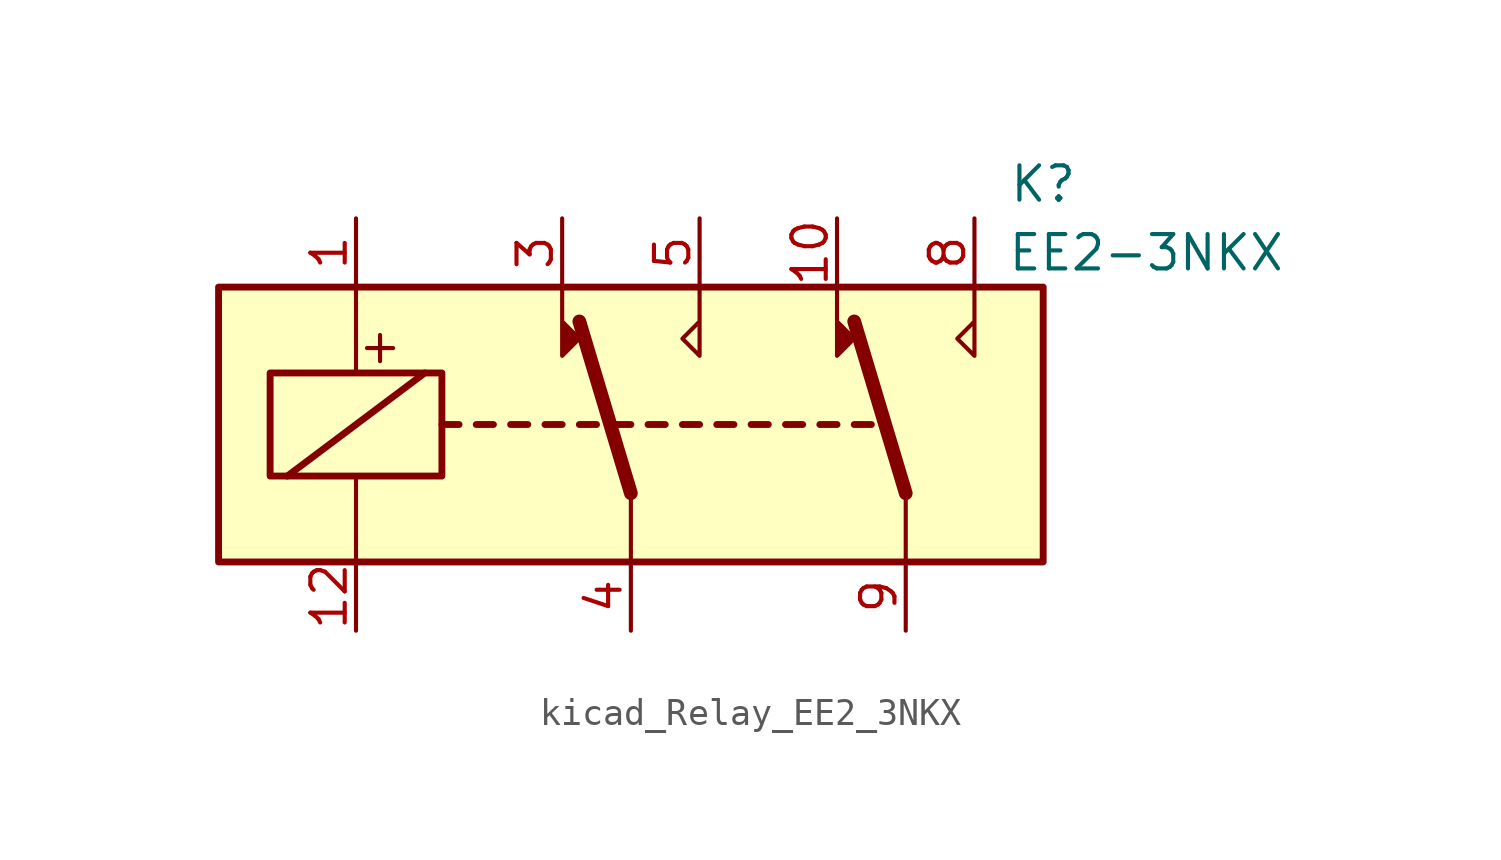
<source format=kicad_sym>
(kicad_symbol_lib
  (version 20220914)
  (generator kicad_symbol_editor)
  (symbol "kicad_Relay_EE2_3NKX"
    (property "Reference" "K"
      (at 15.24 8.89 0)
      (effects (font (size 1.27 1.27))))
    (property "Value" "EE2-3NKX"
      (at 19.05 6.35 0)
      (effects (font (size 1.27 1.27))))
    (symbol "kicad_Relay_EE2_3NKX_1_1"
      (rectangle (start -15.24 5.08) (end 15.24 -5.08) (stroke (width 0.254) (type default)) (fill (type background)))
      (rectangle (start -13.335 1.905) (end -6.985 -1.905) (stroke (width 0.254) (type default)) (fill (type none)))
      (polyline (pts (xy -12.7 -1.905) (xy -7.62 1.905)) (stroke (width 0.254) (type default)) (fill (type none)))
      (polyline (pts (xy -10.16 -5.08) (xy -10.16 -1.905)) (stroke (width 0) (type default)) (fill (type none)))
      (polyline (pts (xy -10.16 5.08) (xy -10.16 1.905)) (stroke (width 0) (type default)) (fill (type none)))
      (polyline (pts (xy -6.985 0) (xy -6.35 0)) (stroke (width 0.254) (type default)) (fill (type none)))
      (polyline (pts (xy -5.715 0) (xy -5.08 0)) (stroke (width 0.254) (type default)) (fill (type none)))
      (polyline (pts (xy -4.445 0) (xy -3.81 0)) (stroke (width 0.254) (type default)) (fill (type none)))
      (polyline (pts (xy -3.175 0) (xy -2.54 0)) (stroke (width 0.254) (type default)) (fill (type none)))
      (polyline (pts (xy -1.905 0) (xy -1.27 0)) (stroke (width 0.254) (type default)) (fill (type none)))
      (polyline (pts (xy -0.635 0) (xy 0 0)) (stroke (width 0.254) (type default)) (fill (type none)))
      (polyline (pts (xy 0 -2.54) (xy -1.905 3.81)) (stroke (width 0.508) (type default)) (fill (type none)))
      (polyline (pts (xy 0 -2.54) (xy 0 -5.08)) (stroke (width 0) (type default)) (fill (type none)))
      (polyline (pts (xy 0.635 0) (xy 1.27 0)) (stroke (width 0.254) (type default)) (fill (type none)))
      (polyline (pts (xy 1.905 0) (xy 2.54 0)) (stroke (width 0.254) (type default)) (fill (type none)))
      (polyline (pts (xy 3.175 0) (xy 3.81 0)) (stroke (width 0.254) (type default)) (fill (type none)))
      (polyline (pts (xy 4.445 0) (xy 5.08 0)) (stroke (width 0.254) (type default)) (fill (type none)))
      (polyline (pts (xy 5.715 0) (xy 6.35 0)) (stroke (width 0.254) (type default)) (fill (type none)))
      (polyline (pts (xy 6.985 0) (xy 7.62 0)) (stroke (width 0.254) (type default)) (fill (type none)))
      (polyline (pts (xy 8.255 0) (xy 8.89 0)) (stroke (width 0.254) (type default)) (fill (type none)))
      (polyline (pts (xy 10.16 -2.54) (xy 8.255 3.81)) (stroke (width 0.508) (type default)) (fill (type none)))
      (polyline (pts (xy 10.16 -2.54) (xy 10.16 -5.08)) (stroke (width 0) (type default)) (fill (type none)))
      (polyline (pts (xy -2.54 5.08) (xy -2.54 2.54) (xy -1.905 3.175) (xy -2.54 3.81)) (stroke (width 0) (type default)) (fill (type outline)))
      (polyline (pts (xy 2.54 5.08) (xy 2.54 2.54) (xy 1.905 3.175) (xy 2.54 3.81)) (stroke (width 0) (type default)) (fill (type none)))
      (polyline (pts (xy 7.62 5.08) (xy 7.62 2.54) (xy 8.255 3.175) (xy 7.62 3.81)) (stroke (width 0) (type default)) (fill (type outline)))
      (polyline (pts (xy 12.7 5.08) (xy 12.7 2.54) (xy 12.065 3.175) (xy 12.7 3.81)) (stroke (width 0) (type default)) (fill (type none)))
      (text "+" (at -9.271 2.921 0) (effects (font (size 1.27 1.27))))
      (pin passive line (at -10.16 7.62 270) (length 2.54) (name "~" (effects (font (size 1.27 1.27)))) (number "1" (effects (font (size 1.27 1.27)))))
      (pin passive line (at 7.62 7.62 270) (length 2.54) (name "~" (effects (font (size 1.27 1.27)))) (number "10" (effects (font (size 1.27 1.27)))))
      (pin passive line (at -10.16 -7.62 90) (length 2.54) (name "~" (effects (font (size 1.27 1.27)))) (number "12" (effects (font (size 1.27 1.27)))))
      (pin passive line (at -2.54 7.62 270) (length 2.54) (name "~" (effects (font (size 1.27 1.27)))) (number "3" (effects (font (size 1.27 1.27)))))
      (pin passive line (at 0 -7.62 90) (length 2.54) (name "~" (effects (font (size 1.27 1.27)))) (number "4" (effects (font (size 1.27 1.27)))))
      (pin passive line (at 2.54 7.62 270) (length 2.54) (name "~" (effects (font (size 1.27 1.27)))) (number "5" (effects (font (size 1.27 1.27)))))
      (pin passive line (at 12.7 7.62 270) (length 2.54) (name "~" (effects (font (size 1.27 1.27)))) (number "8" (effects (font (size 1.27 1.27)))))
      (pin passive line (at 10.16 -7.62 90) (length 2.54) (name "~" (effects (font (size 1.27 1.27)))) (number "9" (effects (font (size 1.27 1.27))))))))
</source>
